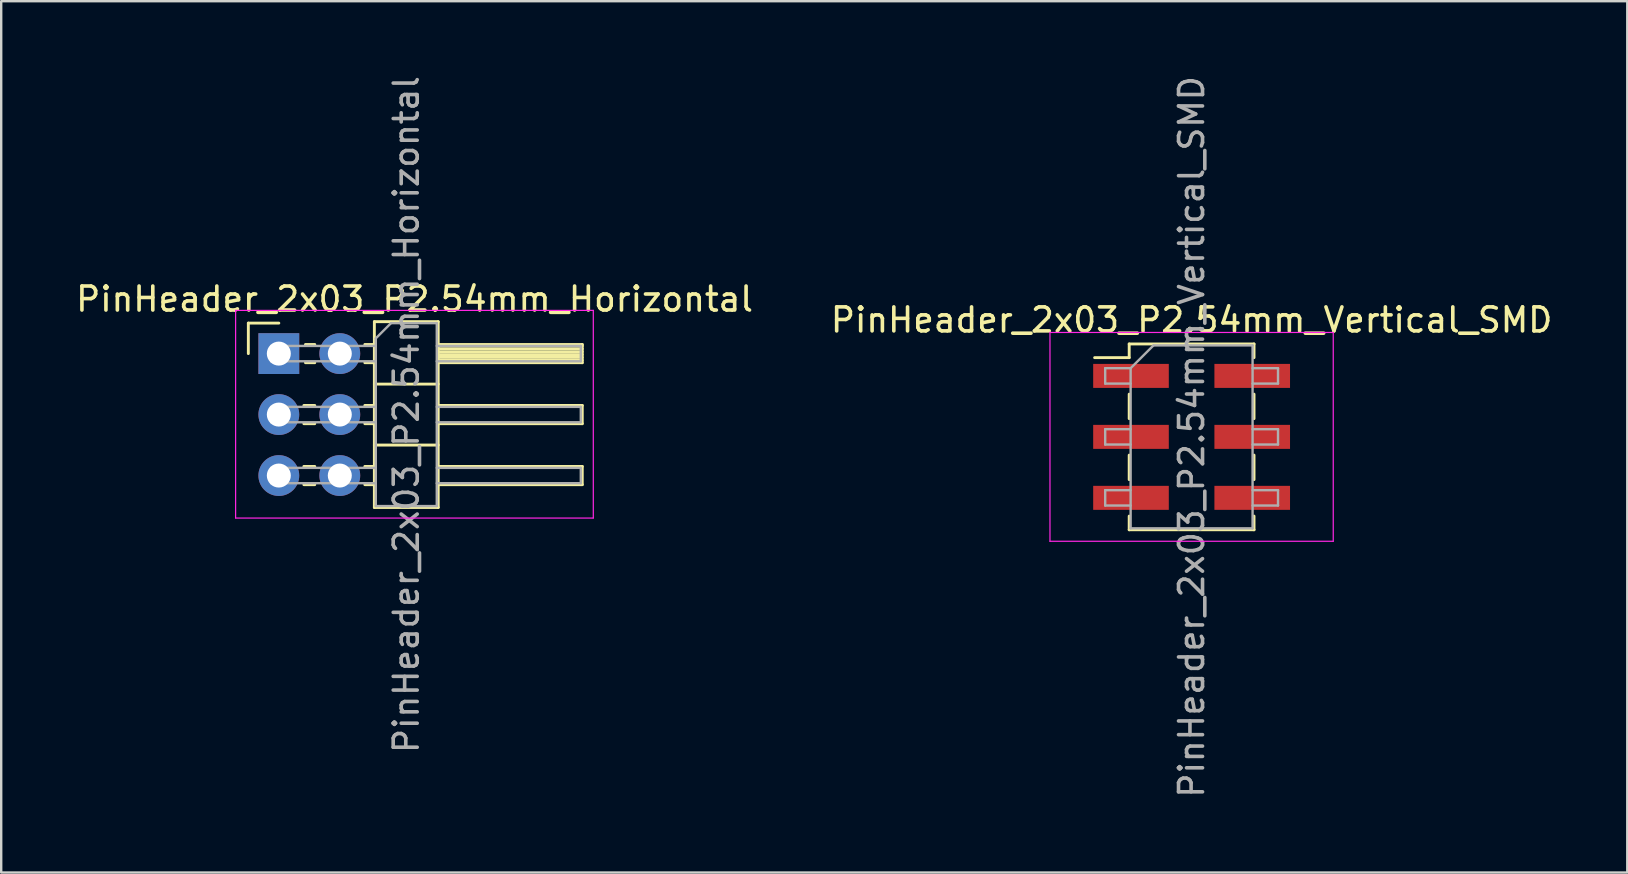
<source format=kicad_pcb>
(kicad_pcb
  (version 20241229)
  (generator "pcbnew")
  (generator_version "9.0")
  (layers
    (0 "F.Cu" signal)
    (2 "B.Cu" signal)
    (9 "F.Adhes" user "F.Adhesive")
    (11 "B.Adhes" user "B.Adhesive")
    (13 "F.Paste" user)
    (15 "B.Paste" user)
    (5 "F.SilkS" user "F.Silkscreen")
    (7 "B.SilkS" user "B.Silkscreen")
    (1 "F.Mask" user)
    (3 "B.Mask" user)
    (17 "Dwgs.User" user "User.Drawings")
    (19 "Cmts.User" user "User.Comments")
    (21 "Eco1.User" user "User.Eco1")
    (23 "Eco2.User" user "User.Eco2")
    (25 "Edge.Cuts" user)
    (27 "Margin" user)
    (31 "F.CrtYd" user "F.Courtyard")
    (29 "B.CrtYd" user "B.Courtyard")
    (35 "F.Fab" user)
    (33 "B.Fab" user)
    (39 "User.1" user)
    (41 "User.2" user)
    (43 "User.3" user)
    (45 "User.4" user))
  (footprint "PinHeader_2x03_P2.54mm_Horizontal"
    (layer "F.Cu")
    (at 8.565 11.68)
    (property "Reference" "PinHeader_2x03_P2.54mm_Horizontal" (at 5.655 -2.27 0) (layer "F.SilkS") (effects (font (size 1 1) (thickness 0.15))))
    (attr through_hole)
    (fp_line (start -1.27 -1.27) (end 0 -1.27) (stroke (width 0.12) (type solid)) (layer "F.SilkS"))
    (fp_line (start -1.27 0) (end -1.27 -1.27) (stroke (width 0.12) (type solid)) (layer "F.SilkS"))
    (fp_line (start 1.043 2.16) (end 1.497 2.16) (stroke (width 0.12) (type solid)) (layer "F.SilkS"))
    (fp_line (start 1.043 2.92) (end 1.497 2.92) (stroke (width 0.12) (type solid)) (layer "F.SilkS"))
    (fp_line (start 1.043 4.7) (end 1.497 4.7) (stroke (width 0.12) (type solid)) (layer "F.SilkS"))
    (fp_line (start 1.043 5.46) (end 1.497 5.46) (stroke (width 0.12) (type solid)) (layer "F.SilkS"))
    (fp_line (start 1.11 -0.38) (end 1.497 -0.38) (stroke (width 0.12) (type solid)) (layer "F.SilkS"))
    (fp_line (start 1.11 0.38) (end 1.497 0.38) (stroke (width 0.12) (type solid)) (layer "F.SilkS"))
    (fp_line (start 3.583 -0.38) (end 3.98 -0.38) (stroke (width 0.12) (type solid)) (layer "F.SilkS"))
    (fp_line (start 3.583 0.38) (end 3.98 0.38) (stroke (width 0.12) (type solid)) (layer "F.SilkS"))
    (fp_line (start 3.583 2.16) (end 3.98 2.16) (stroke (width 0.12) (type solid)) (layer "F.SilkS"))
    (fp_line (start 3.583 2.92) (end 3.98 2.92) (stroke (width 0.12) (type solid)) (layer "F.SilkS"))
    (fp_line (start 3.583 4.7) (end 3.98 4.7) (stroke (width 0.12) (type solid)) (layer "F.SilkS"))
    (fp_line (start 3.583 5.46) (end 3.98 5.46) (stroke (width 0.12) (type solid)) (layer "F.SilkS"))
    (fp_line (start 3.98 -1.33) (end 3.98 6.41) (stroke (width 0.12) (type solid)) (layer "F.SilkS"))
    (fp_line (start 3.98 1.27) (end 6.64 1.27) (stroke (width 0.12) (type solid)) (layer "F.SilkS"))
    (fp_line (start 3.98 3.81) (end 6.64 3.81) (stroke (width 0.12) (type solid)) (layer "F.SilkS"))
    (fp_line (start 3.98 6.41) (end 6.64 6.41) (stroke (width 0.12) (type solid)) (layer "F.SilkS"))
    (fp_line (start 6.64 -1.33) (end 3.98 -1.33) (stroke (width 0.12) (type solid)) (layer "F.SilkS"))
    (fp_line (start 6.64 -0.38) (end 12.64 -0.38) (stroke (width 0.12) (type solid)) (layer "F.SilkS"))
    (fp_line (start 6.64 -0.32) (end 12.64 -0.32) (stroke (width 0.12) (type solid)) (layer "F.SilkS"))
    (fp_line (start 6.64 -0.2) (end 12.64 -0.2) (stroke (width 0.12) (type solid)) (layer "F.SilkS"))
    (fp_line (start 6.64 -0.08) (end 12.64 -0.08) (stroke (width 0.12) (type solid)) (layer "F.SilkS"))
    (fp_line (start 6.64 0.04) (end 12.64 0.04) (stroke (width 0.12) (type solid)) (layer "F.SilkS"))
    (fp_line (start 6.64 0.16) (end 12.64 0.16) (stroke (width 0.12) (type solid)) (layer "F.SilkS"))
    (fp_line (start 6.64 0.28) (end 12.64 0.28) (stroke (width 0.12) (type solid)) (layer "F.SilkS"))
    (fp_line (start 6.64 2.16) (end 12.64 2.16) (stroke (width 0.12) (type solid)) (layer "F.SilkS"))
    (fp_line (start 6.64 4.7) (end 12.64 4.7) (stroke (width 0.12) (type solid)) (layer "F.SilkS"))
    (fp_line (start 6.64 6.41) (end 6.64 -1.33) (stroke (width 0.12) (type solid)) (layer "F.SilkS"))
    (fp_line (start 12.64 -0.38) (end 12.64 0.38) (stroke (width 0.12) (type solid)) (layer "F.SilkS"))
    (fp_line (start 12.64 0.38) (end 6.64 0.38) (stroke (width 0.12) (type solid)) (layer "F.SilkS"))
    (fp_line (start 12.64 2.16) (end 12.64 2.92) (stroke (width 0.12) (type solid)) (layer "F.SilkS"))
    (fp_line (start 12.64 2.92) (end 6.64 2.92) (stroke (width 0.12) (type solid)) (layer "F.SilkS"))
    (fp_line (start 12.64 4.7) (end 12.64 5.46) (stroke (width 0.12) (type solid)) (layer "F.SilkS"))
    (fp_line (start 12.64 5.46) (end 6.64 5.46) (stroke (width 0.12) (type solid)) (layer "F.SilkS"))
    (fp_line (start -1.8 -1.8) (end -1.8 6.85) (stroke (width 0.05) (type solid)) (layer "F.CrtYd"))
    (fp_line (start -1.8 6.85) (end 13.1 6.85) (stroke (width 0.05) (type solid)) (layer "F.CrtYd"))
    (fp_line (start 13.1 -1.8) (end -1.8 -1.8) (stroke (width 0.05) (type solid)) (layer "F.CrtYd"))
    (fp_line (start 13.1 6.85) (end 13.1 -1.8) (stroke (width 0.05) (type solid)) (layer "F.CrtYd"))
    (fp_line (start -0.32 -0.32) (end -0.32 0.32) (stroke (width 0.1) (type solid)) (layer "F.Fab"))
    (fp_line (start -0.32 -0.32) (end 4.04 -0.32) (stroke (width 0.1) (type solid)) (layer "F.Fab"))
    (fp_line (start -0.32 0.32) (end 4.04 0.32) (stroke (width 0.1) (type solid)) (layer "F.Fab"))
    (fp_line (start -0.32 2.22) (end -0.32 2.86) (stroke (width 0.1) (type solid)) (layer "F.Fab"))
    (fp_line (start -0.32 2.22) (end 4.04 2.22) (stroke (width 0.1) (type solid)) (layer "F.Fab"))
    (fp_line (start -0.32 2.86) (end 4.04 2.86) (stroke (width 0.1) (type solid)) (layer "F.Fab"))
    (fp_line (start -0.32 4.76) (end -0.32 5.4) (stroke (width 0.1) (type solid)) (layer "F.Fab"))
    (fp_line (start -0.32 4.76) (end 4.04 4.76) (stroke (width 0.1) (type solid)) (layer "F.Fab"))
    (fp_line (start -0.32 5.4) (end 4.04 5.4) (stroke (width 0.1) (type solid)) (layer "F.Fab"))
    (fp_line (start 4.04 -0.635) (end 4.675 -1.27) (stroke (width 0.1) (type solid)) (layer "F.Fab"))
    (fp_line (start 4.04 6.35) (end 4.04 -0.635) (stroke (width 0.1) (type solid)) (layer "F.Fab"))
    (fp_line (start 4.675 -1.27) (end 6.58 -1.27) (stroke (width 0.1) (type solid)) (layer "F.Fab"))
    (fp_line (start 6.58 -1.27) (end 6.58 6.35) (stroke (width 0.1) (type solid)) (layer "F.Fab"))
    (fp_line (start 6.58 -0.32) (end 12.58 -0.32) (stroke (width 0.1) (type solid)) (layer "F.Fab"))
    (fp_line (start 6.58 0.32) (end 12.58 0.32) (stroke (width 0.1) (type solid)) (layer "F.Fab"))
    (fp_line (start 6.58 2.22) (end 12.58 2.22) (stroke (width 0.1) (type solid)) (layer "F.Fab"))
    (fp_line (start 6.58 2.86) (end 12.58 2.86) (stroke (width 0.1) (type solid)) (layer "F.Fab"))
    (fp_line (start 6.58 4.76) (end 12.58 4.76) (stroke (width 0.1) (type solid)) (layer "F.Fab"))
    (fp_line (start 6.58 5.4) (end 12.58 5.4) (stroke (width 0.1) (type solid)) (layer "F.Fab"))
    (fp_line (start 6.58 6.35) (end 4.04 6.35) (stroke (width 0.1) (type solid)) (layer "F.Fab"))
    (fp_line (start 12.58 -0.32) (end 12.58 0.32) (stroke (width 0.1) (type solid)) (layer "F.Fab"))
    (fp_line (start 12.58 2.22) (end 12.58 2.86) (stroke (width 0.1) (type solid)) (layer "F.Fab"))
    (fp_line (start 12.58 4.76) (end 12.58 5.4) (stroke (width 0.1) (type solid)) (layer "F.Fab"))
    (fp_text user "${REFERENCE}" (at 5.31 2.54 90) (layer "F.Fab") (effects (font (size 1 1) (thickness 0.15))))
    (pad "1" thru_hole rect (at 0 0) (size 1.7 1.7) (drill 1) (layers "*.Cu" "*.Mask"))
    (pad "2" thru_hole oval (at 2.54 0) (size 1.7 1.7) (drill 1) (layers "*.Cu" "*.Mask"))
    (pad "3" thru_hole oval (at 0 2.54) (size 1.7 1.7) (drill 1) (layers "*.Cu" "*.Mask"))
    (pad "4" thru_hole oval (at 2.54 2.54) (size 1.7 1.7) (drill 1) (layers "*.Cu" "*.Mask"))
    (pad "5" thru_hole oval (at 0 5.08) (size 1.7 1.7) (drill 1) (layers "*.Cu" "*.Mask"))
    (pad "6" thru_hole oval (at 2.54 5.08) (size 1.7 1.7) (drill 1) (layers "*.Cu" "*.Mask")))
  (footprint "PinHeader_2x03_P2.54mm_Vertical_SMD"
    (layer "F.Cu")
    (at 46.589 15.149)
    (property "Reference" "PinHeader_2x03_P2.54mm_Vertical_SMD" (at 0 -4.87 0) (layer "F.SilkS") (effects (font (size 1 1) (thickness 0.15))))
    (attr smd)
    (fp_line (start -4.04 -3.3) (end -2.6 -3.3) (stroke (width 0.12) (type solid)) (layer "F.SilkS"))
    (fp_line (start -2.6 -3.87) (end -2.6 -3.3) (stroke (width 0.12) (type solid)) (layer "F.SilkS"))
    (fp_line (start -2.6 -3.87) (end 2.6 -3.87) (stroke (width 0.12) (type solid)) (layer "F.SilkS"))
    (fp_line (start -2.6 -1.78) (end -2.6 -0.76) (stroke (width 0.12) (type solid)) (layer "F.SilkS"))
    (fp_line (start -2.6 0.76) (end -2.6 1.78) (stroke (width 0.12) (type solid)) (layer "F.SilkS"))
    (fp_line (start -2.6 3.3) (end -2.6 3.87) (stroke (width 0.12) (type solid)) (layer "F.SilkS"))
    (fp_line (start -2.6 3.87) (end 2.6 3.87) (stroke (width 0.12) (type solid)) (layer "F.SilkS"))
    (fp_line (start 2.6 -3.87) (end 2.6 -3.3) (stroke (width 0.12) (type solid)) (layer "F.SilkS"))
    (fp_line (start 2.6 -1.78) (end 2.6 -0.76) (stroke (width 0.12) (type solid)) (layer "F.SilkS"))
    (fp_line (start 2.6 0.76) (end 2.6 1.78) (stroke (width 0.12) (type solid)) (layer "F.SilkS"))
    (fp_line (start 2.6 3.3) (end 2.6 3.87) (stroke (width 0.12) (type solid)) (layer "F.SilkS"))
    (fp_line (start -5.9 -4.35) (end -5.9 4.35) (stroke (width 0.05) (type solid)) (layer "F.CrtYd"))
    (fp_line (start -5.9 4.35) (end 5.9 4.35) (stroke (width 0.05) (type solid)) (layer "F.CrtYd"))
    (fp_line (start 5.9 -4.35) (end -5.9 -4.35) (stroke (width 0.05) (type solid)) (layer "F.CrtYd"))
    (fp_line (start 5.9 4.35) (end 5.9 -4.35) (stroke (width 0.05) (type solid)) (layer "F.CrtYd"))
    (fp_line (start -3.6 -2.86) (end -3.6 -2.22) (stroke (width 0.1) (type solid)) (layer "F.Fab"))
    (fp_line (start -3.6 -2.22) (end -2.54 -2.22) (stroke (width 0.1) (type solid)) (layer "F.Fab"))
    (fp_line (start -3.6 -0.32) (end -3.6 0.32) (stroke (width 0.1) (type solid)) (layer "F.Fab"))
    (fp_line (start -3.6 0.32) (end -2.54 0.32) (stroke (width 0.1) (type solid)) (layer "F.Fab"))
    (fp_line (start -3.6 2.22) (end -3.6 2.86) (stroke (width 0.1) (type solid)) (layer "F.Fab"))
    (fp_line (start -3.6 2.86) (end -2.54 2.86) (stroke (width 0.1) (type solid)) (layer "F.Fab"))
    (fp_line (start -2.54 -2.86) (end -3.6 -2.86) (stroke (width 0.1) (type solid)) (layer "F.Fab"))
    (fp_line (start -2.54 -2.86) (end -1.59 -3.81) (stroke (width 0.1) (type solid)) (layer "F.Fab"))
    (fp_line (start -2.54 -0.32) (end -3.6 -0.32) (stroke (width 0.1) (type solid)) (layer "F.Fab"))
    (fp_line (start -2.54 2.22) (end -3.6 2.22) (stroke (width 0.1) (type solid)) (layer "F.Fab"))
    (fp_line (start -2.54 3.81) (end -2.54 -2.86) (stroke (width 0.1) (type solid)) (layer "F.Fab"))
    (fp_line (start -1.59 -3.81) (end 2.54 -3.81) (stroke (width 0.1) (type solid)) (layer "F.Fab"))
    (fp_line (start 2.54 -3.81) (end 2.54 3.81) (stroke (width 0.1) (type solid)) (layer "F.Fab"))
    (fp_line (start 2.54 -2.86) (end 3.6 -2.86) (stroke (width 0.1) (type solid)) (layer "F.Fab"))
    (fp_line (start 2.54 -0.32) (end 3.6 -0.32) (stroke (width 0.1) (type solid)) (layer "F.Fab"))
    (fp_line (start 2.54 2.22) (end 3.6 2.22) (stroke (width 0.1) (type solid)) (layer "F.Fab"))
    (fp_line (start 2.54 3.81) (end -2.54 3.81) (stroke (width 0.1) (type solid)) (layer "F.Fab"))
    (fp_line (start 3.6 -2.86) (end 3.6 -2.22) (stroke (width 0.1) (type solid)) (layer "F.Fab"))
    (fp_line (start 3.6 -2.22) (end 2.54 -2.22) (stroke (width 0.1) (type solid)) (layer "F.Fab"))
    (fp_line (start 3.6 -0.32) (end 3.6 0.32) (stroke (width 0.1) (type solid)) (layer "F.Fab"))
    (fp_line (start 3.6 0.32) (end 2.54 0.32) (stroke (width 0.1) (type solid)) (layer "F.Fab"))
    (fp_line (start 3.6 2.22) (end 3.6 2.86) (stroke (width 0.1) (type solid)) (layer "F.Fab"))
    (fp_line (start 3.6 2.86) (end 2.54 2.86) (stroke (width 0.1) (type solid)) (layer "F.Fab"))
    (fp_text user "${REFERENCE}" (at 0 0 90) (layer "F.Fab") (effects (font (size 1 1) (thickness 0.15))))
    (pad "1" smd rect (at -2.525 -2.54) (size 3.15 1) (layers "F.Cu" "F.Mask" "F.Paste"))
    (pad "2" smd rect (at 2.525 -2.54) (size 3.15 1) (layers "F.Cu" "F.Mask" "F.Paste"))
    (pad "3" smd rect (at -2.525 0) (size 3.15 1) (layers "F.Cu" "F.Mask" "F.Paste"))
    (pad "4" smd rect (at 2.525 0) (size 3.15 1) (layers "F.Cu" "F.Mask" "F.Paste"))
    (pad "5" smd rect (at -2.525 2.54) (size 3.15 1) (layers "F.Cu" "F.Mask" "F.Paste"))
    (pad "6" smd rect (at 2.525 2.54) (size 3.15 1) (layers "F.Cu" "F.Mask" "F.Paste")))
  (gr_rect
    (start -3 -3)
    (end 64.738 33.298)
    (stroke (width 0.1) (type default))
    (fill no)
    (layer "Edge.Cuts")))
</source>
